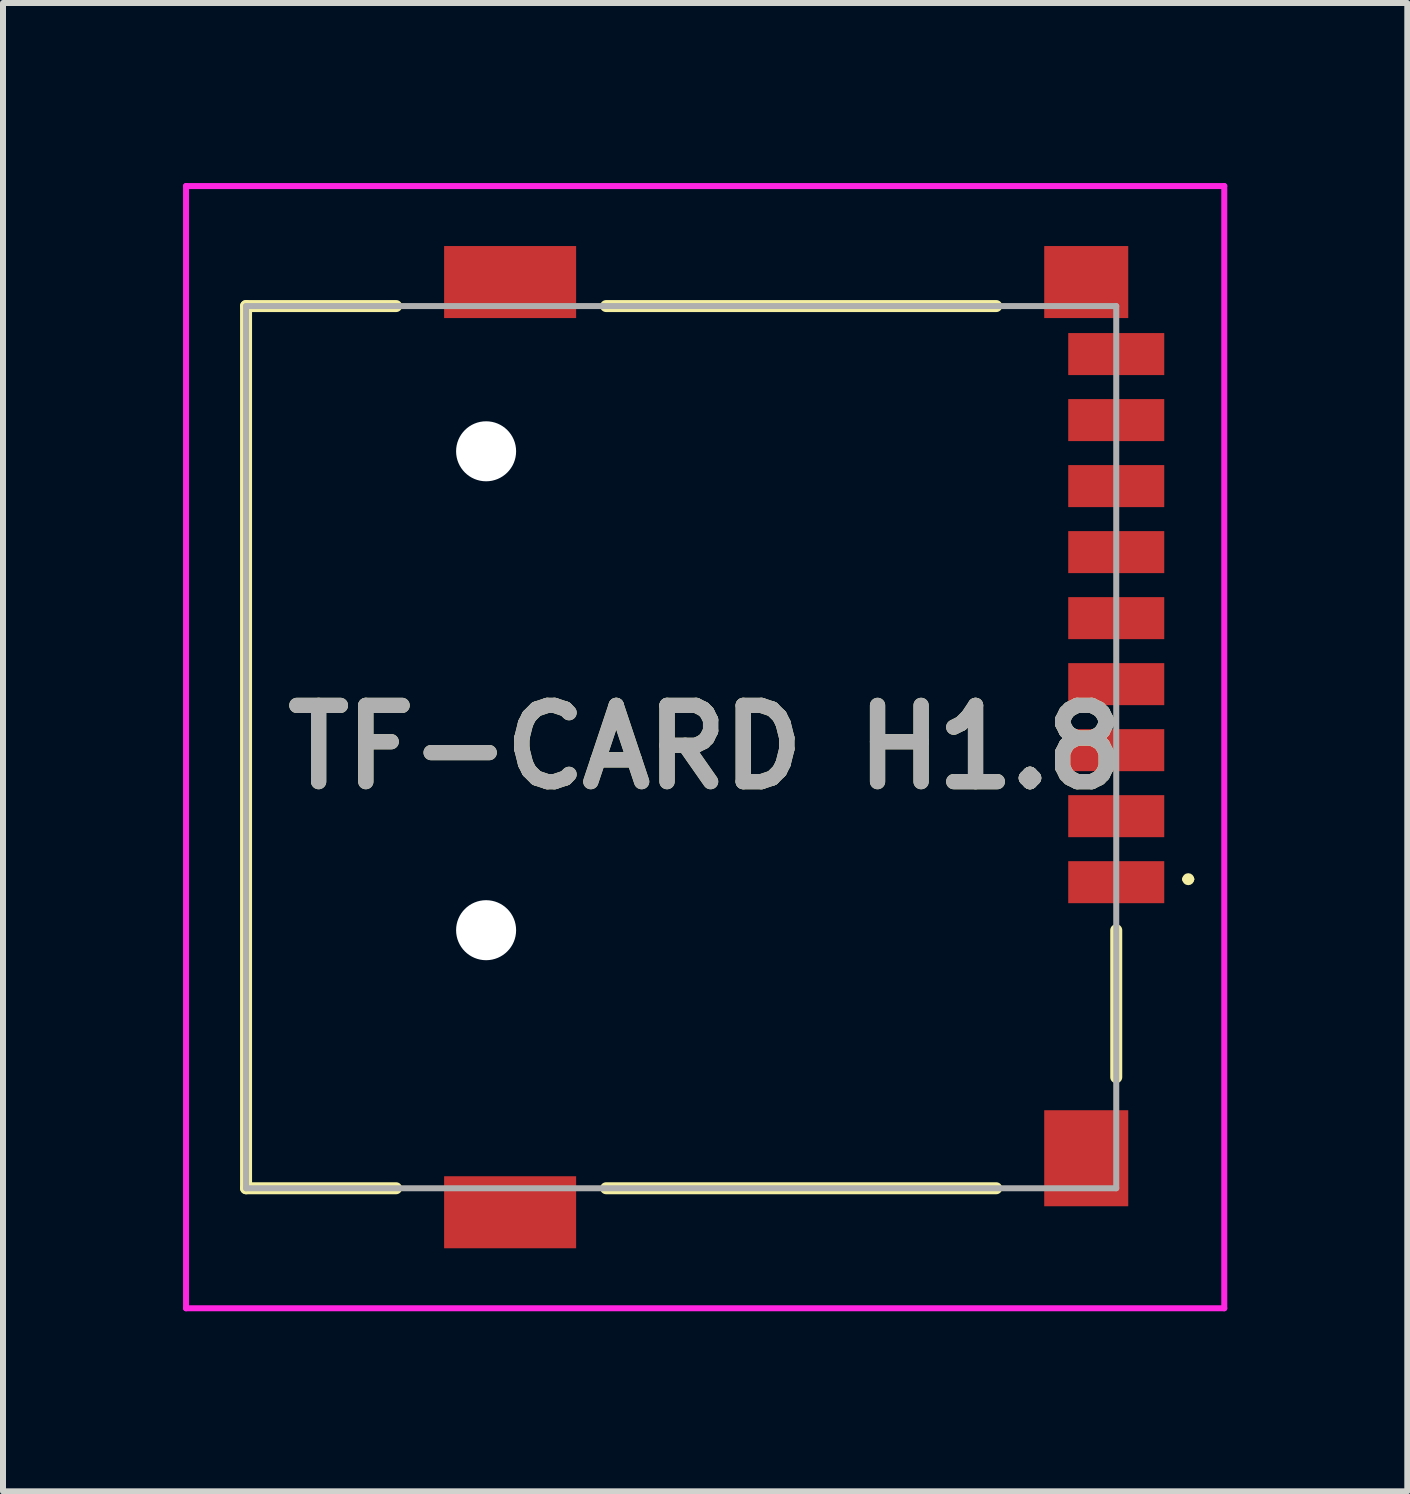
<source format=kicad_pcb>
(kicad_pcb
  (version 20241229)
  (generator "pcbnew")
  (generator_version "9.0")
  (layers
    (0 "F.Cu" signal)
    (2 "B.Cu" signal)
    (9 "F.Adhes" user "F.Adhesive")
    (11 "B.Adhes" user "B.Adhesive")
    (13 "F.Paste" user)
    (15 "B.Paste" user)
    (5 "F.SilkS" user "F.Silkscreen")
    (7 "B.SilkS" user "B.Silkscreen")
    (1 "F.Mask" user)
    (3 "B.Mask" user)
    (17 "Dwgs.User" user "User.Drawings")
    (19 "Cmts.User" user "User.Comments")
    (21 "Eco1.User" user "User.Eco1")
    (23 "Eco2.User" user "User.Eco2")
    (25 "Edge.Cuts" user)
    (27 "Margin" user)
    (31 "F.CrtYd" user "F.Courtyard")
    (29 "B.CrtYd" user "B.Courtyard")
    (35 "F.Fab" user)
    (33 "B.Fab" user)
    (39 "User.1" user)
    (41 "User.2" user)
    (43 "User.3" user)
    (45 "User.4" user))
  (footprint "TF-CARD H1.8"
    (layer "F.Cu")
    (at 8.7 9.4)
    (property "Reference" "TF-CARD H1.8" (at 0 0 0) (layer "F.SilkS") (effects (font (size 1.27 1.27) (thickness 0.254))))
    (attr through_hole)
    (fp_line (start -7.65 -7.35) (end -7.65 7.35) (stroke (width 0.2) (type solid)) (layer "F.SilkS"))
    (fp_line (start -7.65 7.35) (end -5.15 7.35) (stroke (width 0.2) (type solid)) (layer "F.SilkS"))
    (fp_line (start -5.15 -7.35) (end -7.65 -7.35) (stroke (width 0.2) (type solid)) (layer "F.SilkS"))
    (fp_line (start -1.65 -7.35) (end 4.85 -7.35) (stroke (width 0.2) (type solid)) (layer "F.SilkS"))
    (fp_line (start -1.65 7.35) (end 4.85 7.35) (stroke (width 0.2) (type solid)) (layer "F.SilkS"))
    (fp_line (start 6.85 5.5) (end 6.85 3.05) (stroke (width 0.2) (type solid)) (layer "F.SilkS"))
    (fp_line (start 8 2.2) (end 8 2.2) (stroke (width 0.1) (type solid)) (layer "F.SilkS"))
    (fp_line (start 8.1 2.2) (end 8.1 2.2) (stroke (width 0.1) (type solid)) (layer "F.SilkS"))
    (fp_arc (start 8 2.2) (mid 8.05 2.15) (end 8.1 2.2) (stroke (width 0.1) (type solid)) (layer "F.SilkS"))
    (fp_arc (start 8.1 2.2) (mid 8.05 2.25) (end 8 2.2) (stroke (width 0.1) (type solid)) (layer "F.SilkS"))
    (fp_line (start -8.65 -9.35) (end 8.65 -9.35) (stroke (width 0.1) (type solid)) (layer "F.CrtYd"))
    (fp_line (start -8.65 9.35) (end -8.65 -9.35) (stroke (width 0.1) (type solid)) (layer "F.CrtYd"))
    (fp_line (start 8.65 -9.35) (end 8.65 9.35) (stroke (width 0.1) (type solid)) (layer "F.CrtYd"))
    (fp_line (start 8.65 9.35) (end -8.65 9.35) (stroke (width 0.1) (type solid)) (layer "F.CrtYd"))
    (fp_line (start -7.65 -7.35) (end 6.85 -7.35) (stroke (width 0.1) (type solid)) (layer "F.Fab"))
    (fp_line (start -7.65 7.35) (end -7.65 -7.35) (stroke (width 0.1) (type solid)) (layer "F.Fab"))
    (fp_line (start 6.85 -7.35) (end 6.85 7.35) (stroke (width 0.1) (type solid)) (layer "F.Fab"))
    (fp_line (start 6.85 7.35) (end -7.65 7.35) (stroke (width 0.1) (type solid)) (layer "F.Fab"))
    (fp_text user "${REFERENCE}" (at 0 0 0) (layer "F.Fab") (effects (font (size 1.27 1.27) (thickness 0.254))))
    (pad "" np_thru_hole circle (at -3.65 -4.93) (size 1 1) (drill 1) (layers "*.Cu" "*.Mask"))
    (pad "" np_thru_hole circle (at -3.65 3.05) (size 1 1) (drill 1) (layers "*.Cu" "*.Mask"))
    (pad "1" smd rect (at 6.85 2.25 90) (size 0.7 1.6) (layers "F.Cu" "F.Mask" "F.Paste"))
    (pad "2" smd rect (at 6.85 1.15 90) (size 0.7 1.6) (layers "F.Cu" "F.Mask" "F.Paste"))
    (pad "3" smd rect (at 6.85 0.05 90) (size 0.7 1.6) (layers "F.Cu" "F.Mask" "F.Paste"))
    (pad "4" smd rect (at 6.85 -1.05 90) (size 0.7 1.6) (layers "F.Cu" "F.Mask" "F.Paste"))
    (pad "5" smd rect (at 6.85 -2.15 90) (size 0.7 1.6) (layers "F.Cu" "F.Mask" "F.Paste"))
    (pad "6" smd rect (at 6.85 -3.25 90) (size 0.7 1.6) (layers "F.Cu" "F.Mask" "F.Paste"))
    (pad "7" smd rect (at 6.85 -4.35 90) (size 0.7 1.6) (layers "F.Cu" "F.Mask" "F.Paste"))
    (pad "8" smd rect (at 6.85 -5.45 90) (size 0.7 1.6) (layers "F.Cu" "F.Mask" "F.Paste"))
    (pad "9" smd rect (at 6.85 -6.55 90) (size 0.7 1.6) (layers "F.Cu" "F.Mask" "F.Paste"))
    (pad "10" smd rect (at 6.35 -7.75 90) (size 1.2 1.4) (layers "F.Cu" "F.Mask" "F.Paste"))
    (pad "11" smd rect (at -3.25 -7.75 90) (size 1.2 2.2) (layers "F.Cu" "F.Mask" "F.Paste"))
    (pad "12" smd rect (at -3.25 7.75 90) (size 1.2 2.2) (layers "F.Cu" "F.Mask" "F.Paste"))
    (pad "13" smd rect (at 6.35 6.85) (size 1.4 1.6) (layers "F.Cu" "F.Mask" "F.Paste")))
  (gr_rect
    (start -3 -3)
    (end 20.4 21.8)
    (stroke (width 0.1) (type default))
    (fill no)
    (layer "Edge.Cuts")))
</source>
